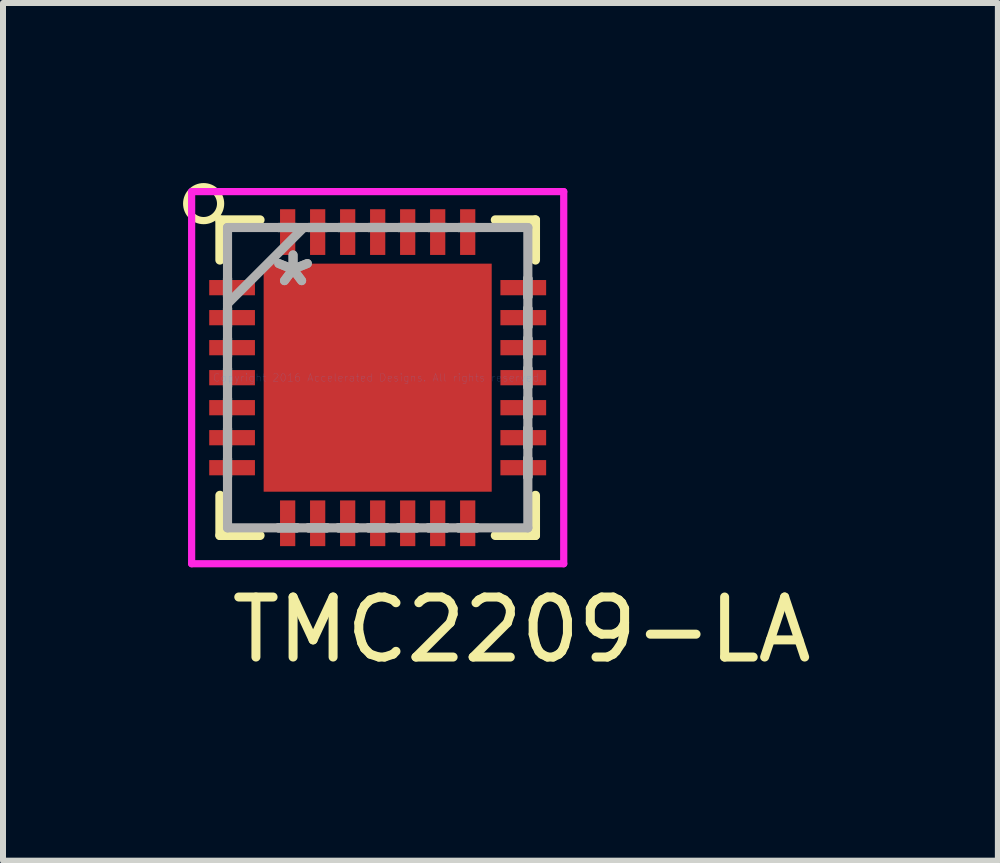
<source format=kicad_pcb>
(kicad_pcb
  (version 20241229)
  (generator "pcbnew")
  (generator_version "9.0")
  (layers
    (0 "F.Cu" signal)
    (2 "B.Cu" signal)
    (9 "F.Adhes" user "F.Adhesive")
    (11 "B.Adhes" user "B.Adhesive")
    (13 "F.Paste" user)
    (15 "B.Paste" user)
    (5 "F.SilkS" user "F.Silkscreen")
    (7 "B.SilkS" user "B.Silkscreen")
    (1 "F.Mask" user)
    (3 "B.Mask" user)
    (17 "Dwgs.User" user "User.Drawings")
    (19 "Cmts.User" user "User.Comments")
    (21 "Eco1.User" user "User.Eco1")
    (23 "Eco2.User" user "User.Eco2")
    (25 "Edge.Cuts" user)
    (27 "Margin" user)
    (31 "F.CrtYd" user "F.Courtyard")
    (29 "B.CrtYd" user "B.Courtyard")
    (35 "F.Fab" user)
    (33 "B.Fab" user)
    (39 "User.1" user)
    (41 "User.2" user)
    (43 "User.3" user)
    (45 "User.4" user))
  (footprint "TMC2209-LA"
    (layer "F.Cu")
    (at 3.243 3.243)
    (property "Reference" "TMC2209-LA" (at 2.4 4.2 0) (layer "F.SilkS") (effects (font (size 1 1) (thickness 0.15))))
    (attr smd)
    (fp_line (start -2.629 -2.629) (end -2.629 -1.96) (stroke (width 0.152) (type solid)) (layer "F.SilkS"))
    (fp_line (start -2.629 1.96) (end -2.629 2.629) (stroke (width 0.152) (type solid)) (layer "F.SilkS"))
    (fp_line (start -2.629 2.629) (end -1.96 2.629) (stroke (width 0.152) (type solid)) (layer "F.SilkS"))
    (fp_line (start -1.96 -2.629) (end -2.629 -2.629) (stroke (width 0.152) (type solid)) (layer "F.SilkS"))
    (fp_line (start 1.96 2.629) (end 2.629 2.629) (stroke (width 0.152) (type solid)) (layer "F.SilkS"))
    (fp_line (start 2.629 -2.629) (end 1.96 -2.629) (stroke (width 0.152) (type solid)) (layer "F.SilkS"))
    (fp_line (start 2.629 -1.96) (end 2.629 -2.629) (stroke (width 0.152) (type solid)) (layer "F.SilkS"))
    (fp_line (start 2.629 2.629) (end 2.629 1.96) (stroke (width 0.152) (type solid)) (layer "F.SilkS"))
    (fp_circle (center -2.9 -2.9) (end -2.7 -2.7) (stroke (width 0.12) (type solid)) (fill no) (layer "F.SilkS"))
    (fp_line (start -3.1 -3.1) (end 3.1 -3.1) (stroke (width 0.12) (type solid)) (layer "F.CrtYd"))
    (fp_line (start -3.1 3.1) (end -3.1 -3.1) (stroke (width 0.12) (type solid)) (layer "F.CrtYd"))
    (fp_line (start 3.1 -3.1) (end 3.1 3.1) (stroke (width 0.12) (type solid)) (layer "F.CrtYd"))
    (fp_line (start 3.1 3.1) (end -3.1 3.1) (stroke (width 0.12) (type solid)) (layer "F.CrtYd"))
    (fp_line (start -2.502 -2.502) (end -2.502 2.502) (stroke (width 0.152) (type solid)) (layer "F.Fab"))
    (fp_line (start -2.502 -1.652) (end -2.502 -1.652) (stroke (width 0.152) (type solid)) (layer "F.Fab"))
    (fp_line (start -2.502 -1.652) (end -2.502 -1.348) (stroke (width 0.152) (type solid)) (layer "F.Fab"))
    (fp_line (start -2.502 -1.348) (end -2.502 -1.652) (stroke (width 0.152) (type solid)) (layer "F.Fab"))
    (fp_line (start -2.502 -1.348) (end -2.502 -1.348) (stroke (width 0.152) (type solid)) (layer "F.Fab"))
    (fp_line (start -2.502 -1.232) (end -1.232 -2.502) (stroke (width 0.152) (type solid)) (layer "F.Fab"))
    (fp_line (start -2.502 -1.152) (end -2.502 -1.152) (stroke (width 0.152) (type solid)) (layer "F.Fab"))
    (fp_line (start -2.502 -1.152) (end -2.502 -0.848) (stroke (width 0.152) (type solid)) (layer "F.Fab"))
    (fp_line (start -2.502 -0.848) (end -2.502 -1.152) (stroke (width 0.152) (type solid)) (layer "F.Fab"))
    (fp_line (start -2.502 -0.848) (end -2.502 -0.848) (stroke (width 0.152) (type solid)) (layer "F.Fab"))
    (fp_line (start -2.502 -0.652) (end -2.502 -0.652) (stroke (width 0.152) (type solid)) (layer "F.Fab"))
    (fp_line (start -2.502 -0.652) (end -2.502 -0.348) (stroke (width 0.152) (type solid)) (layer "F.Fab"))
    (fp_line (start -2.502 -0.348) (end -2.502 -0.652) (stroke (width 0.152) (type solid)) (layer "F.Fab"))
    (fp_line (start -2.502 -0.348) (end -2.502 -0.348) (stroke (width 0.152) (type solid)) (layer "F.Fab"))
    (fp_line (start -2.502 -0.152) (end -2.502 -0.152) (stroke (width 0.152) (type solid)) (layer "F.Fab"))
    (fp_line (start -2.502 -0.152) (end -2.502 0.152) (stroke (width 0.152) (type solid)) (layer "F.Fab"))
    (fp_line (start -2.502 0.152) (end -2.502 -0.152) (stroke (width 0.152) (type solid)) (layer "F.Fab"))
    (fp_line (start -2.502 0.152) (end -2.502 0.152) (stroke (width 0.152) (type solid)) (layer "F.Fab"))
    (fp_line (start -2.502 0.348) (end -2.502 0.348) (stroke (width 0.152) (type solid)) (layer "F.Fab"))
    (fp_line (start -2.502 0.348) (end -2.502 0.652) (stroke (width 0.152) (type solid)) (layer "F.Fab"))
    (fp_line (start -2.502 0.652) (end -2.502 0.348) (stroke (width 0.152) (type solid)) (layer "F.Fab"))
    (fp_line (start -2.502 0.652) (end -2.502 0.652) (stroke (width 0.152) (type solid)) (layer "F.Fab"))
    (fp_line (start -2.502 0.848) (end -2.502 0.848) (stroke (width 0.152) (type solid)) (layer "F.Fab"))
    (fp_line (start -2.502 0.848) (end -2.502 1.152) (stroke (width 0.152) (type solid)) (layer "F.Fab"))
    (fp_line (start -2.502 1.152) (end -2.502 0.848) (stroke (width 0.152) (type solid)) (layer "F.Fab"))
    (fp_line (start -2.502 1.152) (end -2.502 1.152) (stroke (width 0.152) (type solid)) (layer "F.Fab"))
    (fp_line (start -2.502 1.348) (end -2.502 1.348) (stroke (width 0.152) (type solid)) (layer "F.Fab"))
    (fp_line (start -2.502 1.348) (end -2.502 1.652) (stroke (width 0.152) (type solid)) (layer "F.Fab"))
    (fp_line (start -2.502 1.652) (end -2.502 1.348) (stroke (width 0.152) (type solid)) (layer "F.Fab"))
    (fp_line (start -2.502 1.652) (end -2.502 1.652) (stroke (width 0.152) (type solid)) (layer "F.Fab"))
    (fp_line (start -2.502 2.502) (end 2.502 2.502) (stroke (width 0.152) (type solid)) (layer "F.Fab"))
    (fp_line (start -1.652 -2.502) (end -1.652 -2.502) (stroke (width 0.152) (type solid)) (layer "F.Fab"))
    (fp_line (start -1.652 -2.502) (end -1.348 -2.502) (stroke (width 0.152) (type solid)) (layer "F.Fab"))
    (fp_line (start -1.652 2.502) (end -1.652 2.502) (stroke (width 0.152) (type solid)) (layer "F.Fab"))
    (fp_line (start -1.652 2.502) (end -1.348 2.502) (stroke (width 0.152) (type solid)) (layer "F.Fab"))
    (fp_line (start -1.348 -2.502) (end -1.652 -2.502) (stroke (width 0.152) (type solid)) (layer "F.Fab"))
    (fp_line (start -1.348 -2.502) (end -1.348 -2.502) (stroke (width 0.152) (type solid)) (layer "F.Fab"))
    (fp_line (start -1.348 2.502) (end -1.652 2.502) (stroke (width 0.152) (type solid)) (layer "F.Fab"))
    (fp_line (start -1.348 2.502) (end -1.348 2.502) (stroke (width 0.152) (type solid)) (layer "F.Fab"))
    (fp_line (start -1.152 -2.502) (end -1.152 -2.502) (stroke (width 0.152) (type solid)) (layer "F.Fab"))
    (fp_line (start -1.152 -2.502) (end -0.848 -2.502) (stroke (width 0.152) (type solid)) (layer "F.Fab"))
    (fp_line (start -1.152 2.502) (end -1.152 2.502) (stroke (width 0.152) (type solid)) (layer "F.Fab"))
    (fp_line (start -1.152 2.502) (end -0.848 2.502) (stroke (width 0.152) (type solid)) (layer "F.Fab"))
    (fp_line (start -0.848 -2.502) (end -1.152 -2.502) (stroke (width 0.152) (type solid)) (layer "F.Fab"))
    (fp_line (start -0.848 -2.502) (end -0.848 -2.502) (stroke (width 0.152) (type solid)) (layer "F.Fab"))
    (fp_line (start -0.848 2.502) (end -1.152 2.502) (stroke (width 0.152) (type solid)) (layer "F.Fab"))
    (fp_line (start -0.848 2.502) (end -0.848 2.502) (stroke (width 0.152) (type solid)) (layer "F.Fab"))
    (fp_line (start -0.652 -2.502) (end -0.652 -2.502) (stroke (width 0.152) (type solid)) (layer "F.Fab"))
    (fp_line (start -0.652 -2.502) (end -0.348 -2.502) (stroke (width 0.152) (type solid)) (layer "F.Fab"))
    (fp_line (start -0.652 2.502) (end -0.652 2.502) (stroke (width 0.152) (type solid)) (layer "F.Fab"))
    (fp_line (start -0.652 2.502) (end -0.348 2.502) (stroke (width 0.152) (type solid)) (layer "F.Fab"))
    (fp_line (start -0.348 -2.502) (end -0.652 -2.502) (stroke (width 0.152) (type solid)) (layer "F.Fab"))
    (fp_line (start -0.348 -2.502) (end -0.348 -2.502) (stroke (width 0.152) (type solid)) (layer "F.Fab"))
    (fp_line (start -0.348 2.502) (end -0.652 2.502) (stroke (width 0.152) (type solid)) (layer "F.Fab"))
    (fp_line (start -0.348 2.502) (end -0.348 2.502) (stroke (width 0.152) (type solid)) (layer "F.Fab"))
    (fp_line (start -0.152 -2.502) (end -0.152 -2.502) (stroke (width 0.152) (type solid)) (layer "F.Fab"))
    (fp_line (start -0.152 -2.502) (end 0.152 -2.502) (stroke (width 0.152) (type solid)) (layer "F.Fab"))
    (fp_line (start -0.152 2.502) (end -0.152 2.502) (stroke (width 0.152) (type solid)) (layer "F.Fab"))
    (fp_line (start -0.152 2.502) (end 0.152 2.502) (stroke (width 0.152) (type solid)) (layer "F.Fab"))
    (fp_line (start 0.152 -2.502) (end -0.152 -2.502) (stroke (width 0.152) (type solid)) (layer "F.Fab"))
    (fp_line (start 0.152 -2.502) (end 0.152 -2.502) (stroke (width 0.152) (type solid)) (layer "F.Fab"))
    (fp_line (start 0.152 2.502) (end -0.152 2.502) (stroke (width 0.152) (type solid)) (layer "F.Fab"))
    (fp_line (start 0.152 2.502) (end 0.152 2.502) (stroke (width 0.152) (type solid)) (layer "F.Fab"))
    (fp_line (start 0.348 -2.502) (end 0.348 -2.502) (stroke (width 0.152) (type solid)) (layer "F.Fab"))
    (fp_line (start 0.348 -2.502) (end 0.652 -2.502) (stroke (width 0.152) (type solid)) (layer "F.Fab"))
    (fp_line (start 0.348 2.502) (end 0.348 2.502) (stroke (width 0.152) (type solid)) (layer "F.Fab"))
    (fp_line (start 0.348 2.502) (end 0.652 2.502) (stroke (width 0.152) (type solid)) (layer "F.Fab"))
    (fp_line (start 0.652 -2.502) (end 0.348 -2.502) (stroke (width 0.152) (type solid)) (layer "F.Fab"))
    (fp_line (start 0.652 -2.502) (end 0.652 -2.502) (stroke (width 0.152) (type solid)) (layer "F.Fab"))
    (fp_line (start 0.652 2.502) (end 0.348 2.502) (stroke (width 0.152) (type solid)) (layer "F.Fab"))
    (fp_line (start 0.652 2.502) (end 0.652 2.502) (stroke (width 0.152) (type solid)) (layer "F.Fab"))
    (fp_line (start 0.848 -2.502) (end 0.848 -2.502) (stroke (width 0.152) (type solid)) (layer "F.Fab"))
    (fp_line (start 0.848 -2.502) (end 1.152 -2.502) (stroke (width 0.152) (type solid)) (layer "F.Fab"))
    (fp_line (start 0.848 2.502) (end 0.848 2.502) (stroke (width 0.152) (type solid)) (layer "F.Fab"))
    (fp_line (start 0.848 2.502) (end 1.152 2.502) (stroke (width 0.152) (type solid)) (layer "F.Fab"))
    (fp_line (start 1.152 -2.502) (end 0.848 -2.502) (stroke (width 0.152) (type solid)) (layer "F.Fab"))
    (fp_line (start 1.152 -2.502) (end 1.152 -2.502) (stroke (width 0.152) (type solid)) (layer "F.Fab"))
    (fp_line (start 1.152 2.502) (end 0.848 2.502) (stroke (width 0.152) (type solid)) (layer "F.Fab"))
    (fp_line (start 1.152 2.502) (end 1.152 2.502) (stroke (width 0.152) (type solid)) (layer "F.Fab"))
    (fp_line (start 1.348 -2.502) (end 1.348 -2.502) (stroke (width 0.152) (type solid)) (layer "F.Fab"))
    (fp_line (start 1.348 -2.502) (end 1.652 -2.502) (stroke (width 0.152) (type solid)) (layer "F.Fab"))
    (fp_line (start 1.348 2.502) (end 1.348 2.502) (stroke (width 0.152) (type solid)) (layer "F.Fab"))
    (fp_line (start 1.348 2.502) (end 1.652 2.502) (stroke (width 0.152) (type solid)) (layer "F.Fab"))
    (fp_line (start 1.652 -2.502) (end 1.348 -2.502) (stroke (width 0.152) (type solid)) (layer "F.Fab"))
    (fp_line (start 1.652 -2.502) (end 1.652 -2.502) (stroke (width 0.152) (type solid)) (layer "F.Fab"))
    (fp_line (start 1.652 2.502) (end 1.348 2.502) (stroke (width 0.152) (type solid)) (layer "F.Fab"))
    (fp_line (start 1.652 2.502) (end 1.652 2.502) (stroke (width 0.152) (type solid)) (layer "F.Fab"))
    (fp_line (start 2.502 -2.502) (end -2.502 -2.502) (stroke (width 0.152) (type solid)) (layer "F.Fab"))
    (fp_line (start 2.502 -1.652) (end 2.502 -1.652) (stroke (width 0.152) (type solid)) (layer "F.Fab"))
    (fp_line (start 2.502 -1.652) (end 2.502 -1.348) (stroke (width 0.152) (type solid)) (layer "F.Fab"))
    (fp_line (start 2.502 -1.348) (end 2.502 -1.652) (stroke (width 0.152) (type solid)) (layer "F.Fab"))
    (fp_line (start 2.502 -1.348) (end 2.502 -1.348) (stroke (width 0.152) (type solid)) (layer "F.Fab"))
    (fp_line (start 2.502 -1.152) (end 2.502 -1.152) (stroke (width 0.152) (type solid)) (layer "F.Fab"))
    (fp_line (start 2.502 -1.152) (end 2.502 -0.848) (stroke (width 0.152) (type solid)) (layer "F.Fab"))
    (fp_line (start 2.502 -0.848) (end 2.502 -1.152) (stroke (width 0.152) (type solid)) (layer "F.Fab"))
    (fp_line (start 2.502 -0.848) (end 2.502 -0.848) (stroke (width 0.152) (type solid)) (layer "F.Fab"))
    (fp_line (start 2.502 -0.652) (end 2.502 -0.652) (stroke (width 0.152) (type solid)) (layer "F.Fab"))
    (fp_line (start 2.502 -0.652) (end 2.502 -0.348) (stroke (width 0.152) (type solid)) (layer "F.Fab"))
    (fp_line (start 2.502 -0.348) (end 2.502 -0.652) (stroke (width 0.152) (type solid)) (layer "F.Fab"))
    (fp_line (start 2.502 -0.348) (end 2.502 -0.348) (stroke (width 0.152) (type solid)) (layer "F.Fab"))
    (fp_line (start 2.502 -0.152) (end 2.502 -0.152) (stroke (width 0.152) (type solid)) (layer "F.Fab"))
    (fp_line (start 2.502 -0.152) (end 2.502 0.152) (stroke (width 0.152) (type solid)) (layer "F.Fab"))
    (fp_line (start 2.502 0.152) (end 2.502 -0.152) (stroke (width 0.152) (type solid)) (layer "F.Fab"))
    (fp_line (start 2.502 0.152) (end 2.502 0.152) (stroke (width 0.152) (type solid)) (layer "F.Fab"))
    (fp_line (start 2.502 0.348) (end 2.502 0.348) (stroke (width 0.152) (type solid)) (layer "F.Fab"))
    (fp_line (start 2.502 0.348) (end 2.502 0.652) (stroke (width 0.152) (type solid)) (layer "F.Fab"))
    (fp_line (start 2.502 0.652) (end 2.502 0.348) (stroke (width 0.152) (type solid)) (layer "F.Fab"))
    (fp_line (start 2.502 0.652) (end 2.502 0.652) (stroke (width 0.152) (type solid)) (layer "F.Fab"))
    (fp_line (start 2.502 0.848) (end 2.502 0.848) (stroke (width 0.152) (type solid)) (layer "F.Fab"))
    (fp_line (start 2.502 0.848) (end 2.502 1.152) (stroke (width 0.152) (type solid)) (layer "F.Fab"))
    (fp_line (start 2.502 1.152) (end 2.502 0.848) (stroke (width 0.152) (type solid)) (layer "F.Fab"))
    (fp_line (start 2.502 1.152) (end 2.502 1.152) (stroke (width 0.152) (type solid)) (layer "F.Fab"))
    (fp_line (start 2.502 1.348) (end 2.502 1.348) (stroke (width 0.152) (type solid)) (layer "F.Fab"))
    (fp_line (start 2.502 1.348) (end 2.502 1.652) (stroke (width 0.152) (type solid)) (layer "F.Fab"))
    (fp_line (start 2.502 1.652) (end 2.502 1.348) (stroke (width 0.152) (type solid)) (layer "F.Fab"))
    (fp_line (start 2.502 1.652) (end 2.502 1.652) (stroke (width 0.152) (type solid)) (layer "F.Fab"))
    (fp_line (start 2.502 2.502) (end 2.502 -2.502) (stroke (width 0.152) (type solid)) (layer "F.Fab"))
    (fp_text user "Copyright 2016 Accelerated Designs. All rights reserved." (at 0 0 0) (layer "Cmts.User") (effects (font (size 0.127 0.127) (thickness 0.002))))
    (fp_text user "*" (at -1.41 -1.5 0) (layer "F.Fab") (effects (font (size 1 1) (thickness 0.15))))
    (fp_text user "*" (at -1.41 -1.5 0) (layer "F.Fab") (effects (font (size 1 1) (thickness 0.15))))
    (pad "1" smd rect (at -2.426 -1.5 90) (size 0.254 0.762) (layers "F.Cu" "F.Mask" "F.Paste"))
    (pad "2" smd rect (at -2.426 -1 90) (size 0.254 0.762) (layers "F.Cu" "F.Mask" "F.Paste"))
    (pad "3" smd rect (at -2.426 -0.5 90) (size 0.254 0.762) (layers "F.Cu" "F.Mask" "F.Paste"))
    (pad "4" smd rect (at -2.426 0 90) (size 0.254 0.762) (layers "F.Cu" "F.Mask" "F.Paste"))
    (pad "5" smd rect (at -2.426 0.5 90) (size 0.254 0.762) (layers "F.Cu" "F.Mask" "F.Paste"))
    (pad "6" smd rect (at -2.426 1 90) (size 0.254 0.762) (layers "F.Cu" "F.Mask" "F.Paste"))
    (pad "7" smd rect (at -2.426 1.5 90) (size 0.254 0.762) (layers "F.Cu" "F.Mask" "F.Paste"))
    (pad "8" smd rect (at -1.5 2.426) (size 0.254 0.762) (layers "F.Cu" "F.Mask" "F.Paste"))
    (pad "9" smd rect (at -1 2.426) (size 0.254 0.762) (layers "F.Cu" "F.Mask" "F.Paste"))
    (pad "10" smd rect (at -0.5 2.426) (size 0.254 0.762) (layers "F.Cu" "F.Mask" "F.Paste"))
    (pad "11" smd rect (at 0 2.426) (size 0.254 0.762) (layers "F.Cu" "F.Mask" "F.Paste"))
    (pad "12" smd rect (at 0.5 2.426) (size 0.254 0.762) (layers "F.Cu" "F.Mask" "F.Paste"))
    (pad "13" smd rect (at 1 2.426) (size 0.254 0.762) (layers "F.Cu" "F.Mask" "F.Paste"))
    (pad "14" smd rect (at 1.5 2.426) (size 0.254 0.762) (layers "F.Cu" "F.Mask" "F.Paste"))
    (pad "15" smd rect (at 2.426 1.5 90) (size 0.254 0.762) (layers "F.Cu" "F.Mask" "F.Paste"))
    (pad "16" smd rect (at 2.426 1 90) (size 0.254 0.762) (layers "F.Cu" "F.Mask" "F.Paste"))
    (pad "17" smd rect (at 2.426 0.5 90) (size 0.254 0.762) (layers "F.Cu" "F.Mask" "F.Paste"))
    (pad "18" smd rect (at 2.426 0 90) (size 0.254 0.762) (layers "F.Cu" "F.Mask" "F.Paste"))
    (pad "19" smd rect (at 2.426 -0.5 90) (size 0.254 0.762) (layers "F.Cu" "F.Mask" "F.Paste"))
    (pad "20" smd rect (at 2.426 -1 90) (size 0.254 0.762) (layers "F.Cu" "F.Mask" "F.Paste"))
    (pad "21" smd rect (at 2.426 -1.5 90) (size 0.254 0.762) (layers "F.Cu" "F.Mask" "F.Paste"))
    (pad "22" smd rect (at 1.5 -2.426) (size 0.254 0.762) (layers "F.Cu" "F.Mask" "F.Paste"))
    (pad "23" smd rect (at 1 -2.426) (size 0.254 0.762) (layers "F.Cu" "F.Mask" "F.Paste"))
    (pad "24" smd rect (at 0.5 -2.426) (size 0.254 0.762) (layers "F.Cu" "F.Mask" "F.Paste"))
    (pad "25" smd rect (at 0 -2.426) (size 0.254 0.762) (layers "F.Cu" "F.Mask" "F.Paste"))
    (pad "26" smd rect (at -0.5 -2.426) (size 0.254 0.762) (layers "F.Cu" "F.Mask" "F.Paste"))
    (pad "27" smd rect (at -1 -2.426) (size 0.254 0.762) (layers "F.Cu" "F.Mask" "F.Paste"))
    (pad "28" smd rect (at -1.5 -2.426) (size 0.254 0.762) (layers "F.Cu" "F.Mask" "F.Paste"))
    (pad "29" smd rect (at 0 0) (size 3.8 3.8) (layers "F.Cu" "F.Mask" "F.Paste")))
  (gr_rect
    (start -3 -3)
    (end 13.577 11.291)
    (stroke (width 0.1) (type default))
    (fill no)
    (layer "Edge.Cuts")))
</source>
